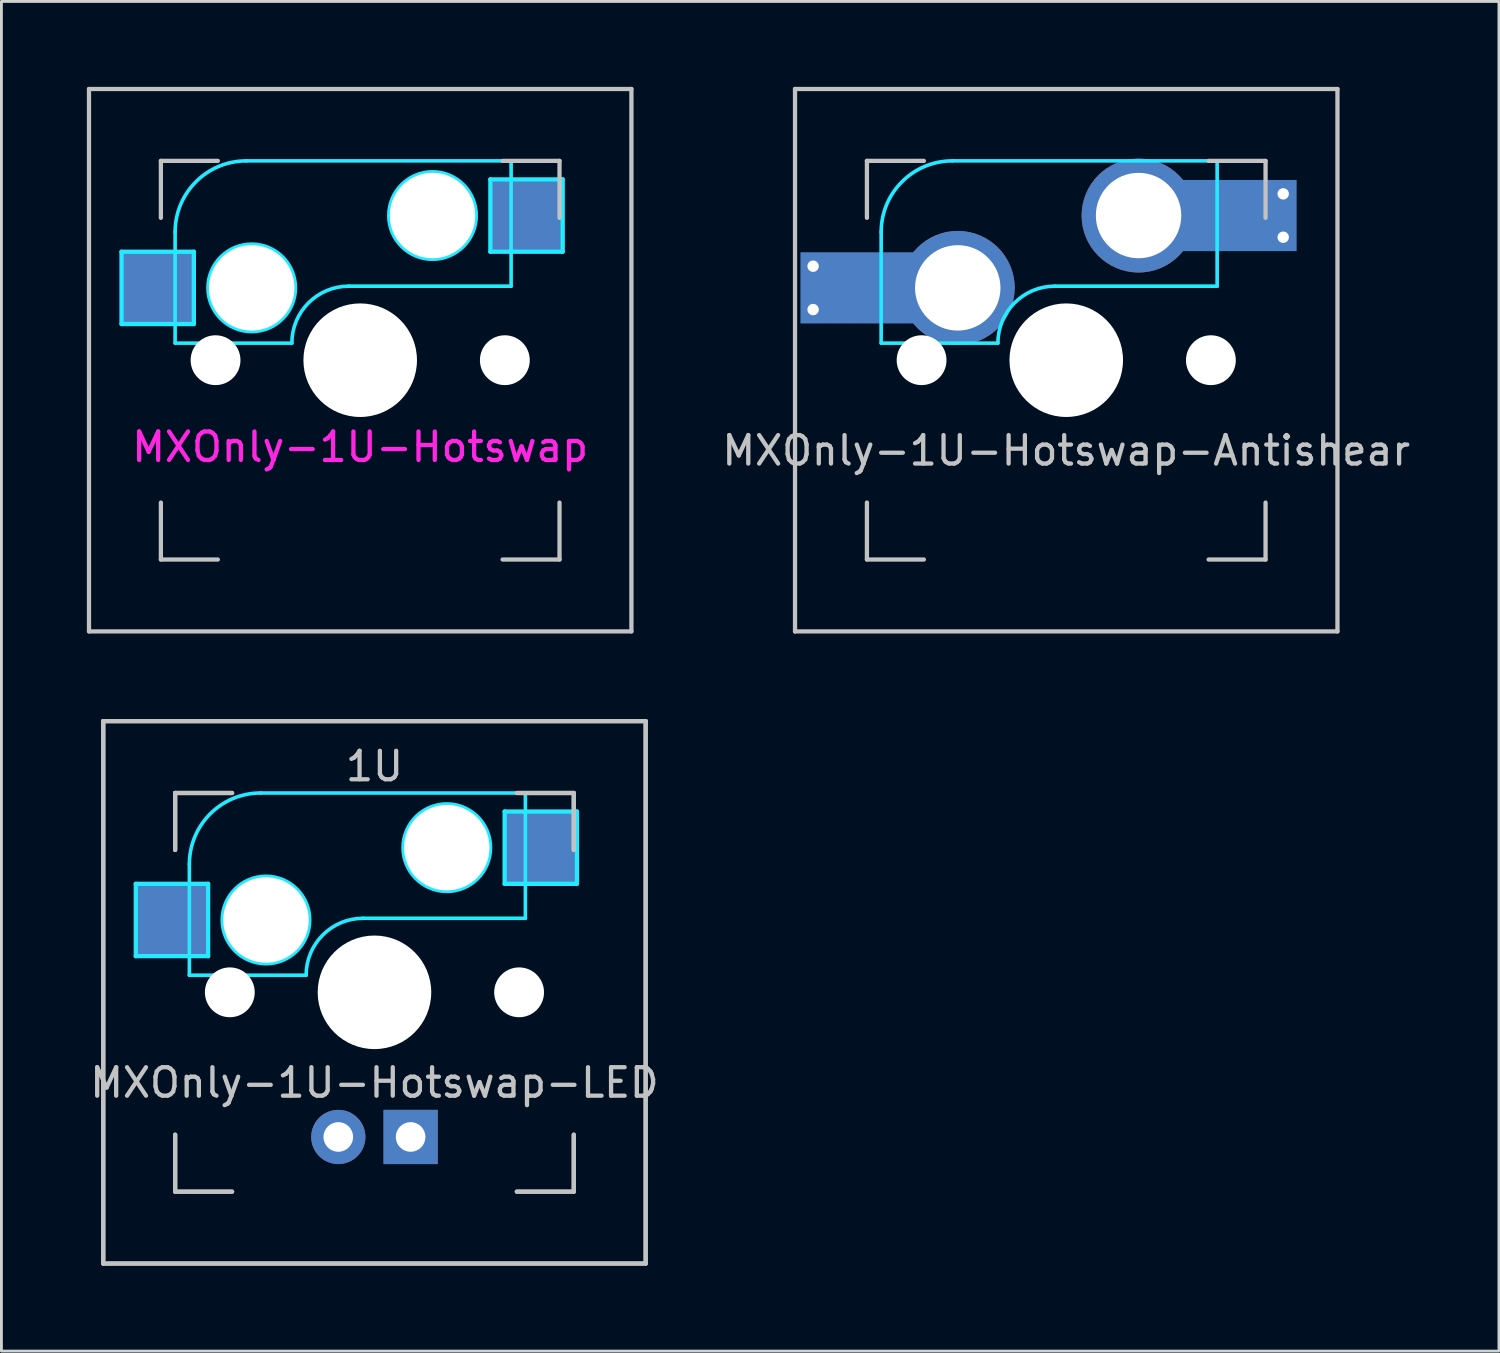
<source format=kicad_pcb>
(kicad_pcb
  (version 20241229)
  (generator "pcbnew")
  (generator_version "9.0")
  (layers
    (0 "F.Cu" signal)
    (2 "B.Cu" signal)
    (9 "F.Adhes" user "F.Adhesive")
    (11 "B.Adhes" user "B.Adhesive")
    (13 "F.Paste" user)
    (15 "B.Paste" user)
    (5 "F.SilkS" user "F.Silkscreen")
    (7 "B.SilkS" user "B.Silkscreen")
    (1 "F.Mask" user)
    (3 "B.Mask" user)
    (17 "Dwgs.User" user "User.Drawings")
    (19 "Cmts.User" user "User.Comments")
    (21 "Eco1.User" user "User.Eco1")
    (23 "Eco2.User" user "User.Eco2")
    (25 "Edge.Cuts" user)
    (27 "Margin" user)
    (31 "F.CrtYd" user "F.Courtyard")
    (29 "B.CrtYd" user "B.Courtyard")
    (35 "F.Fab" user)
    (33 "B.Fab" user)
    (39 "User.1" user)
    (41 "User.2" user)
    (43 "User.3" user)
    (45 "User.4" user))
  (footprint "MXOnly-1U-Hotswap-Antishear"
    (layer "F.Cu")
    (at 34.396 9.6)
    (property "Reference" "MXOnly-1U-Hotswap-Antishear" (at 0 3.175 0) (layer "Dwgs.User") (effects (font (size 1 1) (thickness 0.15))))
    (attr through_hole)
    (fp_line (start -9.525 -9.525) (end 9.525 -9.525) (stroke (width 0.15) (type solid)) (layer "Dwgs.User"))
    (fp_line (start -9.525 9.525) (end -9.525 -9.525) (stroke (width 0.15) (type solid)) (layer "Dwgs.User"))
    (fp_line (start -7 -7) (end -7 -5) (stroke (width 0.15) (type solid)) (layer "Dwgs.User"))
    (fp_line (start -7 5) (end -7 7) (stroke (width 0.15) (type solid)) (layer "Dwgs.User"))
    (fp_line (start -7 7) (end -5 7) (stroke (width 0.15) (type solid)) (layer "Dwgs.User"))
    (fp_line (start -5 -7) (end -7 -7) (stroke (width 0.15) (type solid)) (layer "Dwgs.User"))
    (fp_line (start 5 -7) (end 7 -7) (stroke (width 0.15) (type solid)) (layer "Dwgs.User"))
    (fp_line (start 5 7) (end 7 7) (stroke (width 0.15) (type solid)) (layer "Dwgs.User"))
    (fp_line (start 7 -7) (end 7 -5) (stroke (width 0.15) (type solid)) (layer "Dwgs.User"))
    (fp_line (start 7 7) (end 7 5) (stroke (width 0.15) (type solid)) (layer "Dwgs.User"))
    (fp_line (start 9.525 -9.525) (end 9.525 9.525) (stroke (width 0.15) (type solid)) (layer "Dwgs.User"))
    (fp_line (start 9.525 9.525) (end -9.525 9.525) (stroke (width 0.15) (type solid)) (layer "Dwgs.User"))
    (fp_line (start -6.5 -4.5) (end -6.5 -0.6) (stroke (width 0.127) (type solid)) (layer "B.CrtYd"))
    (fp_line (start -6.5 -0.6) (end -2.4 -0.6) (stroke (width 0.127) (type solid)) (layer "B.CrtYd"))
    (fp_line (start -0.4 -2.6) (end 5.3 -2.6) (stroke (width 0.127) (type solid)) (layer "B.CrtYd"))
    (fp_line (start 5.3 -7) (end -4 -7) (stroke (width 0.127) (type solid)) (layer "B.CrtYd"))
    (fp_line (start 5.3 -7) (end 5.3 -2.6) (stroke (width 0.127) (type solid)) (layer "B.CrtYd"))
    (fp_arc (start -6.5 -4.5) (mid -5.767767 -6.267767) (end -4 -7) (stroke (width 0.127) (type solid)) (layer "B.CrtYd"))
    (fp_arc (start -2.4 -0.6) (mid -1.814214 -2.014214) (end -0.4 -2.6) (stroke (width 0.127) (type solid)) (layer "B.CrtYd"))
    (pad "" smd rect (at -7.085 -2.54) (size 2.55 2.5) (layers "B.Mask" "B.Paste"))
    (pad "" np_thru_hole circle (at -5.08 0 48.1) (size 1.75 1.75) (drill 1.75) (layers "*.Cu" "*.Mask"))
    (pad "" np_thru_hole circle (at 0 0) (size 3.988 3.988) (drill 3.988) (layers "*.Cu" "*.Mask"))
    (pad "" np_thru_hole circle (at 5.08 0 48.1) (size 1.75 1.75) (drill 1.75) (layers "*.Cu" "*.Mask"))
    (pad "" smd rect (at 5.815 -5.08) (size 2.55 2.5) (layers "B.Mask" "B.Paste"))
    (pad "1" thru_hole circle (at -8.89 -3.302) (size 0.8 0.8) (drill 0.4) (layers "*.Cu"))
    (pad "1" thru_hole circle (at -8.89 -1.778) (size 0.8 0.8) (drill 0.4) (layers "*.Cu"))
    (pad "1" smd rect (at -7.085 -2.54) (size 4.5 2.5) (layers "B.Cu"))
    (pad "1" thru_hole circle (at -3.81 -2.54) (size 4 4) (drill 3) (layers "*.Cu"))
    (pad "2" thru_hole circle (at 2.54 -5.08) (size 4 4) (drill 3) (layers "*.Cu"))
    (pad "2" smd rect (at 5.842 -5.08) (size 4.5 2.5) (layers "B.Cu"))
    (pad "2" thru_hole circle (at 7.62 -5.842) (size 0.8 0.8) (drill 0.4) (layers "*.Cu"))
    (pad "2" thru_hole circle (at 7.62 -4.318) (size 0.8 0.8) (drill 0.4) (layers "*.Cu")))
  (footprint "MXOnly-1U-Hotswap-LED"
    (layer "F.Cu")
    (at 10.101 31.8)
    (property "Reference" "MXOnly-1U-Hotswap-LED" (at 0 3.175 0) (layer "Dwgs.User") (effects (font (size 1 1) (thickness 0.15))))
    (attr through_hole)
    (fp_line (start -9.525 -9.525) (end 9.525 -9.525) (stroke (width 0.15) (type solid)) (layer "Dwgs.User"))
    (fp_line (start -9.525 -9.525) (end 9.525 -9.525) (stroke (width 0.15) (type solid)) (layer "Dwgs.User"))
    (fp_line (start -9.525 9.525) (end -9.525 -9.525) (stroke (width 0.15) (type solid)) (layer "Dwgs.User"))
    (fp_line (start -9.525 9.525) (end -9.525 -9.525) (stroke (width 0.15) (type solid)) (layer "Dwgs.User"))
    (fp_line (start -7 -7) (end -7 -5) (stroke (width 0.15) (type solid)) (layer "Dwgs.User"))
    (fp_line (start -7 -7) (end -7 -5) (stroke (width 0.15) (type solid)) (layer "Dwgs.User"))
    (fp_line (start -7 5) (end -7 7) (stroke (width 0.15) (type solid)) (layer "Dwgs.User"))
    (fp_line (start -7 5) (end -7 7) (stroke (width 0.15) (type solid)) (layer "Dwgs.User"))
    (fp_line (start -7 7) (end -5 7) (stroke (width 0.15) (type solid)) (layer "Dwgs.User"))
    (fp_line (start -7 7) (end -5 7) (stroke (width 0.15) (type solid)) (layer "Dwgs.User"))
    (fp_line (start -5 -7) (end -7 -7) (stroke (width 0.15) (type solid)) (layer "Dwgs.User"))
    (fp_line (start -5 -7) (end -7 -7) (stroke (width 0.15) (type solid)) (layer "Dwgs.User"))
    (fp_line (start 5 -7) (end 7 -7) (stroke (width 0.15) (type solid)) (layer "Dwgs.User"))
    (fp_line (start 5 -7) (end 7 -7) (stroke (width 0.15) (type solid)) (layer "Dwgs.User"))
    (fp_line (start 5 7) (end 7 7) (stroke (width 0.15) (type solid)) (layer "Dwgs.User"))
    (fp_line (start 5 7) (end 7 7) (stroke (width 0.15) (type solid)) (layer "Dwgs.User"))
    (fp_line (start 7 -7) (end 7 -5) (stroke (width 0.15) (type solid)) (layer "Dwgs.User"))
    (fp_line (start 7 -7) (end 7 -5) (stroke (width 0.15) (type solid)) (layer "Dwgs.User"))
    (fp_line (start 7 7) (end 7 5) (stroke (width 0.15) (type solid)) (layer "Dwgs.User"))
    (fp_line (start 7 7) (end 7 5) (stroke (width 0.15) (type solid)) (layer "Dwgs.User"))
    (fp_line (start 9.525 -9.525) (end 9.525 9.525) (stroke (width 0.15) (type solid)) (layer "Dwgs.User"))
    (fp_line (start 9.525 -9.525) (end 9.525 9.525) (stroke (width 0.15) (type solid)) (layer "Dwgs.User"))
    (fp_line (start 9.525 9.525) (end -9.525 9.525) (stroke (width 0.15) (type solid)) (layer "Dwgs.User"))
    (fp_line (start 9.525 9.525) (end -9.525 9.525) (stroke (width 0.15) (type solid)) (layer "Dwgs.User"))
    (fp_line (start -8.382 -3.81) (end -8.382 -1.27) (stroke (width 0.15) (type solid)) (layer "B.CrtYd"))
    (fp_line (start -8.382 -1.27) (end -5.842 -1.27) (stroke (width 0.15) (type solid)) (layer "B.CrtYd"))
    (fp_line (start -6.5 -4.5) (end -6.5 -0.6) (stroke (width 0.127) (type solid)) (layer "B.CrtYd"))
    (fp_line (start -6.5 -0.6) (end -2.4 -0.6) (stroke (width 0.127) (type solid)) (layer "B.CrtYd"))
    (fp_line (start -5.842 -3.81) (end -8.382 -3.81) (stroke (width 0.15) (type solid)) (layer "B.CrtYd"))
    (fp_line (start -5.842 -1.27) (end -5.842 -3.81) (stroke (width 0.15) (type solid)) (layer "B.CrtYd"))
    (fp_line (start -0.4 -2.6) (end 5.3 -2.6) (stroke (width 0.127) (type solid)) (layer "B.CrtYd"))
    (fp_line (start 4.572 -6.35) (end 7.112 -6.35) (stroke (width 0.15) (type solid)) (layer "B.CrtYd"))
    (fp_line (start 4.572 -3.81) (end 4.572 -6.35) (stroke (width 0.15) (type solid)) (layer "B.CrtYd"))
    (fp_line (start 5.3 -7) (end -4 -7) (stroke (width 0.127) (type solid)) (layer "B.CrtYd"))
    (fp_line (start 5.3 -7) (end 5.3 -2.6) (stroke (width 0.127) (type solid)) (layer "B.CrtYd"))
    (fp_line (start 7.112 -6.35) (end 7.112 -3.81) (stroke (width 0.15) (type solid)) (layer "B.CrtYd"))
    (fp_line (start 7.112 -3.81) (end 4.572 -3.81) (stroke (width 0.15) (type solid)) (layer "B.CrtYd"))
    (fp_arc (start -6.5 -4.5) (mid -5.767767 -6.267767) (end -4 -7) (stroke (width 0.127) (type solid)) (layer "B.CrtYd"))
    (fp_arc (start -2.4 -0.6) (mid -1.814214 -2.014214) (end -0.4 -2.6) (stroke (width 0.127) (type solid)) (layer "B.CrtYd"))
    (fp_circle (center -3.81 -2.54) (end -3.81 -4.064) (stroke (width 0.15) (type solid)) (fill no) (layer "B.CrtYd"))
    (fp_circle (center 2.54 -5.08) (end 2.54 -6.604) (stroke (width 0.15) (type solid)) (fill no) (layer "B.CrtYd"))
    (fp_text user "1U" (at 0 -7.938 0) (layer "Dwgs.User") (effects (font (size 1 1) (thickness 0.15))))
    (pad "" np_thru_hole circle (at -5.08 0 48.1) (size 1.75 1.75) (drill 1.75) (layers "*.Cu" "*.Mask"))
    (pad "" np_thru_hole circle (at -3.81 -2.54) (size 3 3) (drill 3) (layers "*.Cu" "*.Mask"))
    (pad "" np_thru_hole circle (at 0 0) (size 3.988 3.988) (drill 3.988) (layers "*.Cu" "*.Mask"))
    (pad "" np_thru_hole circle (at 2.54 -5.08) (size 3 3) (drill 3) (layers "*.Cu" "*.Mask"))
    (pad "" np_thru_hole circle (at 5.08 0 48.1) (size 1.75 1.75) (drill 1.75) (layers "*.Cu" "*.Mask"))
    (pad "1" smd rect (at -7.085 -2.54) (size 2.55 2.5) (layers "B.Cu" "B.Mask" "B.Paste"))
    (pad "2" smd rect (at 5.842 -5.08) (size 2.55 2.5) (layers "B.Cu" "B.Mask" "B.Paste"))
    (pad "3" thru_hole circle (at -1.27 5.08) (size 1.905 1.905) (drill 1.04) (layers "*.Cu" "B.Mask"))
    (pad "4" thru_hole rect (at 1.27 5.08) (size 1.905 1.905) (drill 1.04) (layers "*.Cu" "B.Mask")))
  (footprint "MXOnly-1U-Hotswap"
    (layer "F.Cu")
    (at 9.6 9.6)
    (property "Reference" "MXOnly-1U-Hotswap" (at 0 3.048 0) (layer "F.CrtYd") (effects (font (size 1 1) (thickness 0.15))))
    (attr smd)
    (fp_line (start -9.525 -9.525) (end 9.525 -9.525) (stroke (width 0.15) (type solid)) (layer "Dwgs.User"))
    (fp_line (start -9.525 9.525) (end -9.525 -9.525) (stroke (width 0.15) (type solid)) (layer "Dwgs.User"))
    (fp_line (start -7 -7) (end -7 -5) (stroke (width 0.15) (type solid)) (layer "Dwgs.User"))
    (fp_line (start -7 5) (end -7 7) (stroke (width 0.15) (type solid)) (layer "Dwgs.User"))
    (fp_line (start -7 7) (end -5 7) (stroke (width 0.15) (type solid)) (layer "Dwgs.User"))
    (fp_line (start -5 -7) (end -7 -7) (stroke (width 0.15) (type solid)) (layer "Dwgs.User"))
    (fp_line (start 5 -7) (end 7 -7) (stroke (width 0.15) (type solid)) (layer "Dwgs.User"))
    (fp_line (start 5 7) (end 7 7) (stroke (width 0.15) (type solid)) (layer "Dwgs.User"))
    (fp_line (start 7 -7) (end 7 -5) (stroke (width 0.15) (type solid)) (layer "Dwgs.User"))
    (fp_line (start 7 7) (end 7 5) (stroke (width 0.15) (type solid)) (layer "Dwgs.User"))
    (fp_line (start 9.525 -9.525) (end 9.525 9.525) (stroke (width 0.15) (type solid)) (layer "Dwgs.User"))
    (fp_line (start 9.525 9.525) (end -9.525 9.525) (stroke (width 0.15) (type solid)) (layer "Dwgs.User"))
    (fp_line (start -8.382 -3.81) (end -8.382 -1.27) (stroke (width 0.15) (type solid)) (layer "B.CrtYd"))
    (fp_line (start -8.382 -1.27) (end -5.842 -1.27) (stroke (width 0.15) (type solid)) (layer "B.CrtYd"))
    (fp_line (start -6.5 -4.5) (end -6.5 -0.6) (stroke (width 0.127) (type solid)) (layer "B.CrtYd"))
    (fp_line (start -6.5 -0.6) (end -2.4 -0.6) (stroke (width 0.127) (type solid)) (layer "B.CrtYd"))
    (fp_line (start -5.842 -3.81) (end -8.382 -3.81) (stroke (width 0.15) (type solid)) (layer "B.CrtYd"))
    (fp_line (start -5.842 -1.27) (end -5.842 -3.81) (stroke (width 0.15) (type solid)) (layer "B.CrtYd"))
    (fp_line (start -0.4 -2.6) (end 5.3 -2.6) (stroke (width 0.127) (type solid)) (layer "B.CrtYd"))
    (fp_line (start 4.572 -6.35) (end 7.112 -6.35) (stroke (width 0.15) (type solid)) (layer "B.CrtYd"))
    (fp_line (start 4.572 -3.81) (end 4.572 -6.35) (stroke (width 0.15) (type solid)) (layer "B.CrtYd"))
    (fp_line (start 5.3 -7) (end -4 -7) (stroke (width 0.127) (type solid)) (layer "B.CrtYd"))
    (fp_line (start 5.3 -7) (end 5.3 -2.6) (stroke (width 0.127) (type solid)) (layer "B.CrtYd"))
    (fp_line (start 7.112 -6.35) (end 7.112 -3.81) (stroke (width 0.15) (type solid)) (layer "B.CrtYd"))
    (fp_line (start 7.112 -3.81) (end 4.572 -3.81) (stroke (width 0.15) (type solid)) (layer "B.CrtYd"))
    (fp_arc (start -6.5 -4.5) (mid -5.767767 -6.267767) (end -4 -7) (stroke (width 0.127) (type solid)) (layer "B.CrtYd"))
    (fp_arc (start -2.4 -0.6) (mid -1.814214 -2.014214) (end -0.4 -2.6) (stroke (width 0.127) (type solid)) (layer "B.CrtYd"))
    (fp_circle (center -3.81 -2.54) (end -3.81 -4.064) (stroke (width 0.15) (type solid)) (fill no) (layer "B.CrtYd"))
    (fp_circle (center 2.54 -5.08) (end 2.54 -6.604) (stroke (width 0.15) (type solid)) (fill no) (layer "B.CrtYd"))
    (pad "" np_thru_hole circle (at -5.08 0 48.1) (size 1.75 1.75) (drill 1.75) (layers "*.Cu" "*.Mask"))
    (pad "" np_thru_hole circle (at -3.81 -2.54) (size 3 3) (drill 3) (layers "*.Cu" "*.Mask"))
    (pad "" np_thru_hole circle (at 0 0) (size 3.988 3.988) (drill 3.988) (layers "*.Cu" "*.Mask"))
    (pad "" np_thru_hole circle (at 2.54 -5.08) (size 3 3) (drill 3) (layers "*.Cu" "*.Mask"))
    (pad "" np_thru_hole circle (at 5.08 0 48.1) (size 1.75 1.75) (drill 1.75) (layers "*.Cu" "*.Mask"))
    (pad "1" smd rect (at -7.085 -2.54) (size 2.55 2.5) (layers "B.Cu" "B.Mask" "B.Paste"))
    (pad "2" smd rect (at 5.842 -5.08) (size 2.55 2.5) (layers "B.Cu" "B.Mask" "B.Paste")))
  (gr_rect
    (start -3 -3)
    (end 49.593 44.4)
    (stroke (width 0.1) (type default))
    (fill no)
    (layer "Edge.Cuts")))
</source>
